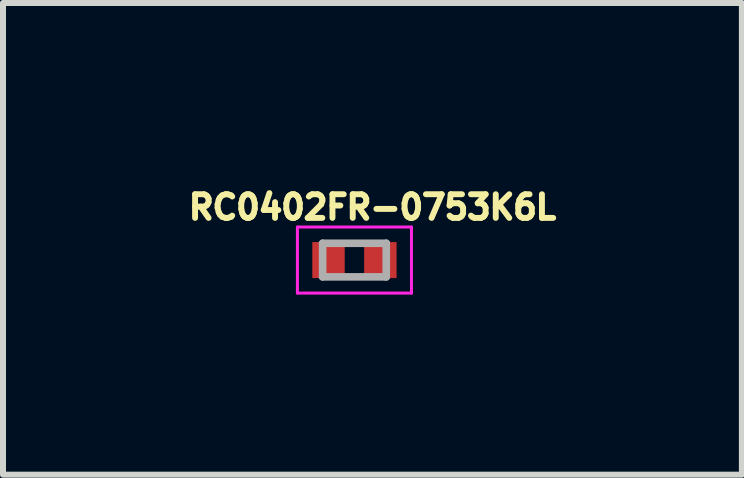
<source format=kicad_pcb>
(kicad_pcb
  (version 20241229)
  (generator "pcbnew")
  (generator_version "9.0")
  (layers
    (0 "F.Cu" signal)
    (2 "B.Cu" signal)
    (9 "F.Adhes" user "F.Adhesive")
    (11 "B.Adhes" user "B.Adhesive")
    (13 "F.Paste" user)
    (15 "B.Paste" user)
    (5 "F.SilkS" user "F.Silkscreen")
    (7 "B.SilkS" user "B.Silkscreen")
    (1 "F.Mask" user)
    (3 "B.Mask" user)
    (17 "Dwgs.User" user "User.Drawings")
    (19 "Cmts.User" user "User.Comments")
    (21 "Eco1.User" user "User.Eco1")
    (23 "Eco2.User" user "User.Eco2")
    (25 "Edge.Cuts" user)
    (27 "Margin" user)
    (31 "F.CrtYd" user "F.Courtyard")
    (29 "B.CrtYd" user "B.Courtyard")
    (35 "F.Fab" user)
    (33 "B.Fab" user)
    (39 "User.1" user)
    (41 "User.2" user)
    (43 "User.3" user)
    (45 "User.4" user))
  (footprint "RC0402FR-0753K6L"
    (layer "F.Cu")
    (at 2.855 1.283)
    (property "Reference" "RC0402FR-0753K6L" (at 0.3 -0.88 0) (layer "F.SilkS") (effects (font (size 0.394 0.394) (thickness 0.15))))
    (attr smd)
    (fp_line (start -0.95 -0.55) (end 0.95 -0.55) (stroke (width 0.05) (type solid)) (layer "F.CrtYd"))
    (fp_line (start -0.95 0.55) (end -0.95 -0.55) (stroke (width 0.05) (type solid)) (layer "F.CrtYd"))
    (fp_line (start -0.95 0.55) (end 0.95 0.55) (stroke (width 0.05) (type solid)) (layer "F.CrtYd"))
    (fp_line (start 0.95 0.55) (end 0.95 -0.55) (stroke (width 0.05) (type solid)) (layer "F.CrtYd"))
    (fp_line (start -0.53 0.28) (end -0.53 -0.28) (stroke (width 0.127) (type solid)) (layer "F.Fab"))
    (fp_line (start 0.53 -0.28) (end -0.53 -0.28) (stroke (width 0.127) (type solid)) (layer "F.Fab"))
    (fp_line (start 0.53 0.28) (end -0.53 0.28) (stroke (width 0.127) (type solid)) (layer "F.Fab"))
    (fp_line (start 0.53 0.28) (end 0.53 -0.28) (stroke (width 0.127) (type solid)) (layer "F.Fab"))
    (pad "1" smd rect (at -0.432 0) (size 0.54 0.6) (layers "F.Cu" "F.Mask" "F.Paste"))
    (pad "2" smd rect (at 0.432 0) (size 0.54 0.6) (layers "F.Cu" "F.Mask" "F.Paste")))
  (gr_rect
    (start -3 -3)
    (end 9.31 4.858)
    (stroke (width 0.1) (type default))
    (fill no)
    (layer "Edge.Cuts")))
</source>
